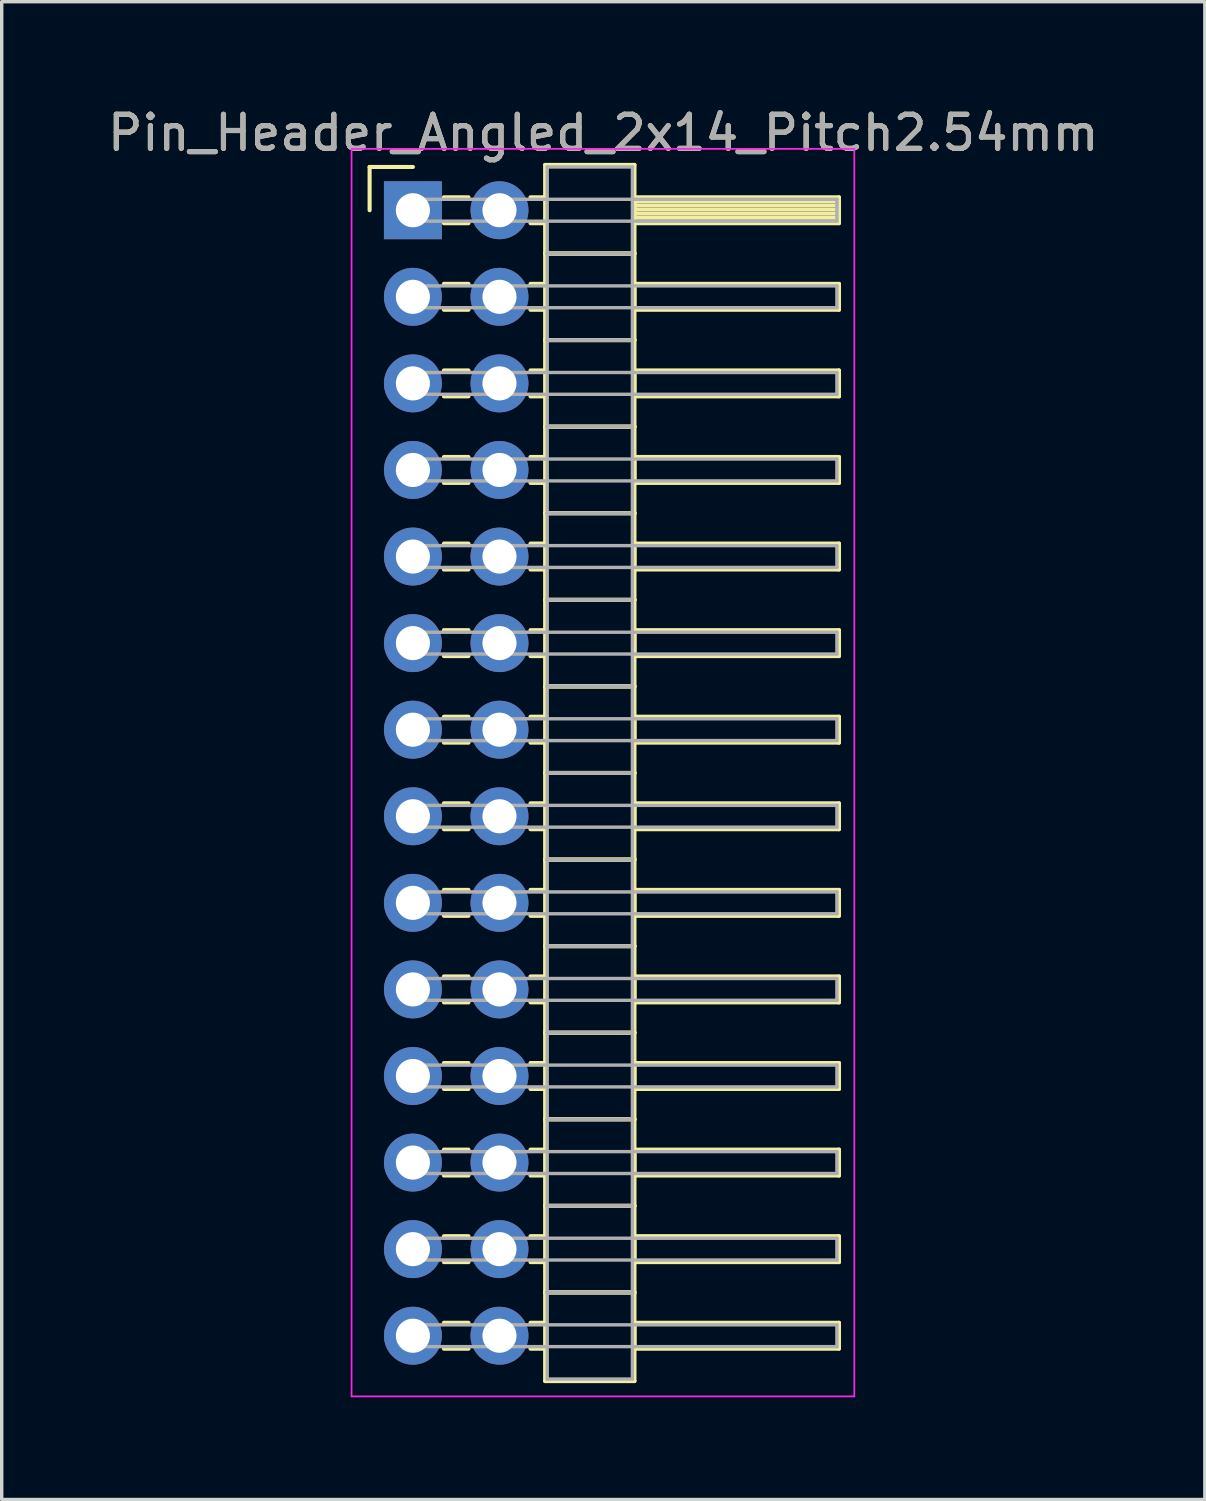
<source format=kicad_pcb>
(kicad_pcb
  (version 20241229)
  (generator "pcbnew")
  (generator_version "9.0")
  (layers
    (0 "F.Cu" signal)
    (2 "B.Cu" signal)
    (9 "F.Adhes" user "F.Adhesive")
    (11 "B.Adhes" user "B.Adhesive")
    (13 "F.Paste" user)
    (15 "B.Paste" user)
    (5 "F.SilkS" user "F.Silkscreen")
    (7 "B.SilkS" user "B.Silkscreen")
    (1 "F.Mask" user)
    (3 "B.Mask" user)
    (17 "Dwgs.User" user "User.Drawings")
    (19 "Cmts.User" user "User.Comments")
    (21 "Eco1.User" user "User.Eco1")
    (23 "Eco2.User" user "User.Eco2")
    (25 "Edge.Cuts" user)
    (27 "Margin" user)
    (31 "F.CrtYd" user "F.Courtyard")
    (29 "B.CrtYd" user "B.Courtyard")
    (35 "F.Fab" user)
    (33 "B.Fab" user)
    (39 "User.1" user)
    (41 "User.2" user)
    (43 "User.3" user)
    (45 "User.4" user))
  (footprint "Pin_Header_Angled_2x14_Pitch2.54mm"
    (layer "F.Cu")
    (at 9.064 3.118)
    (property "Reference" "Pin_Header_Angled_2x14_Pitch2.54mm" (at 5.585 -2.27 0) (layer "F.SilkS") (effects (font (size 1 1) (thickness 0.15))))
    (attr through_hole)
    (fp_line (start -1.27 -1.27) (end 0 -1.27) (stroke (width 0.12) (type solid)) (layer "F.SilkS"))
    (fp_line (start -1.27 0) (end -1.27 -1.27) (stroke (width 0.12) (type solid)) (layer "F.SilkS"))
    (fp_line (start 0.91 -0.38) (end 1.63 -0.38) (stroke (width 0.12) (type solid)) (layer "F.SilkS"))
    (fp_line (start 0.91 0.38) (end 1.63 0.38) (stroke (width 0.12) (type solid)) (layer "F.SilkS"))
    (fp_line (start 0.91 2.16) (end 1.63 2.16) (stroke (width 0.12) (type solid)) (layer "F.SilkS"))
    (fp_line (start 0.91 2.92) (end 1.63 2.92) (stroke (width 0.12) (type solid)) (layer "F.SilkS"))
    (fp_line (start 0.91 4.7) (end 1.63 4.7) (stroke (width 0.12) (type solid)) (layer "F.SilkS"))
    (fp_line (start 0.91 5.46) (end 1.63 5.46) (stroke (width 0.12) (type solid)) (layer "F.SilkS"))
    (fp_line (start 0.91 7.24) (end 1.63 7.24) (stroke (width 0.12) (type solid)) (layer "F.SilkS"))
    (fp_line (start 0.91 8) (end 1.63 8) (stroke (width 0.12) (type solid)) (layer "F.SilkS"))
    (fp_line (start 0.91 9.78) (end 1.63 9.78) (stroke (width 0.12) (type solid)) (layer "F.SilkS"))
    (fp_line (start 0.91 10.54) (end 1.63 10.54) (stroke (width 0.12) (type solid)) (layer "F.SilkS"))
    (fp_line (start 0.91 12.32) (end 1.63 12.32) (stroke (width 0.12) (type solid)) (layer "F.SilkS"))
    (fp_line (start 0.91 13.08) (end 1.63 13.08) (stroke (width 0.12) (type solid)) (layer "F.SilkS"))
    (fp_line (start 0.91 14.86) (end 1.63 14.86) (stroke (width 0.12) (type solid)) (layer "F.SilkS"))
    (fp_line (start 0.91 15.62) (end 1.63 15.62) (stroke (width 0.12) (type solid)) (layer "F.SilkS"))
    (fp_line (start 0.91 17.4) (end 1.63 17.4) (stroke (width 0.12) (type solid)) (layer "F.SilkS"))
    (fp_line (start 0.91 18.16) (end 1.63 18.16) (stroke (width 0.12) (type solid)) (layer "F.SilkS"))
    (fp_line (start 0.91 19.94) (end 1.63 19.94) (stroke (width 0.12) (type solid)) (layer "F.SilkS"))
    (fp_line (start 0.91 20.7) (end 1.63 20.7) (stroke (width 0.12) (type solid)) (layer "F.SilkS"))
    (fp_line (start 0.91 22.48) (end 1.63 22.48) (stroke (width 0.12) (type solid)) (layer "F.SilkS"))
    (fp_line (start 0.91 23.24) (end 1.63 23.24) (stroke (width 0.12) (type solid)) (layer "F.SilkS"))
    (fp_line (start 0.91 25.02) (end 1.63 25.02) (stroke (width 0.12) (type solid)) (layer "F.SilkS"))
    (fp_line (start 0.91 25.78) (end 1.63 25.78) (stroke (width 0.12) (type solid)) (layer "F.SilkS"))
    (fp_line (start 0.91 27.56) (end 1.63 27.56) (stroke (width 0.12) (type solid)) (layer "F.SilkS"))
    (fp_line (start 0.91 28.32) (end 1.63 28.32) (stroke (width 0.12) (type solid)) (layer "F.SilkS"))
    (fp_line (start 0.91 30.1) (end 1.63 30.1) (stroke (width 0.12) (type solid)) (layer "F.SilkS"))
    (fp_line (start 0.91 30.86) (end 1.63 30.86) (stroke (width 0.12) (type solid)) (layer "F.SilkS"))
    (fp_line (start 0.91 32.64) (end 1.63 32.64) (stroke (width 0.12) (type solid)) (layer "F.SilkS"))
    (fp_line (start 0.91 33.4) (end 1.63 33.4) (stroke (width 0.12) (type solid)) (layer "F.SilkS"))
    (fp_line (start 3.45 -0.38) (end 3.88 -0.38) (stroke (width 0.12) (type solid)) (layer "F.SilkS"))
    (fp_line (start 3.45 0.38) (end 3.88 0.38) (stroke (width 0.12) (type solid)) (layer "F.SilkS"))
    (fp_line (start 3.45 2.16) (end 3.88 2.16) (stroke (width 0.12) (type solid)) (layer "F.SilkS"))
    (fp_line (start 3.45 2.92) (end 3.88 2.92) (stroke (width 0.12) (type solid)) (layer "F.SilkS"))
    (fp_line (start 3.45 4.7) (end 3.88 4.7) (stroke (width 0.12) (type solid)) (layer "F.SilkS"))
    (fp_line (start 3.45 5.46) (end 3.88 5.46) (stroke (width 0.12) (type solid)) (layer "F.SilkS"))
    (fp_line (start 3.45 7.24) (end 3.88 7.24) (stroke (width 0.12) (type solid)) (layer "F.SilkS"))
    (fp_line (start 3.45 8) (end 3.88 8) (stroke (width 0.12) (type solid)) (layer "F.SilkS"))
    (fp_line (start 3.45 9.78) (end 3.88 9.78) (stroke (width 0.12) (type solid)) (layer "F.SilkS"))
    (fp_line (start 3.45 10.54) (end 3.88 10.54) (stroke (width 0.12) (type solid)) (layer "F.SilkS"))
    (fp_line (start 3.45 12.32) (end 3.88 12.32) (stroke (width 0.12) (type solid)) (layer "F.SilkS"))
    (fp_line (start 3.45 13.08) (end 3.88 13.08) (stroke (width 0.12) (type solid)) (layer "F.SilkS"))
    (fp_line (start 3.45 14.86) (end 3.88 14.86) (stroke (width 0.12) (type solid)) (layer "F.SilkS"))
    (fp_line (start 3.45 15.62) (end 3.88 15.62) (stroke (width 0.12) (type solid)) (layer "F.SilkS"))
    (fp_line (start 3.45 17.4) (end 3.88 17.4) (stroke (width 0.12) (type solid)) (layer "F.SilkS"))
    (fp_line (start 3.45 18.16) (end 3.88 18.16) (stroke (width 0.12) (type solid)) (layer "F.SilkS"))
    (fp_line (start 3.45 19.94) (end 3.88 19.94) (stroke (width 0.12) (type solid)) (layer "F.SilkS"))
    (fp_line (start 3.45 20.7) (end 3.88 20.7) (stroke (width 0.12) (type solid)) (layer "F.SilkS"))
    (fp_line (start 3.45 22.48) (end 3.88 22.48) (stroke (width 0.12) (type solid)) (layer "F.SilkS"))
    (fp_line (start 3.45 23.24) (end 3.88 23.24) (stroke (width 0.12) (type solid)) (layer "F.SilkS"))
    (fp_line (start 3.45 25.02) (end 3.88 25.02) (stroke (width 0.12) (type solid)) (layer "F.SilkS"))
    (fp_line (start 3.45 25.78) (end 3.88 25.78) (stroke (width 0.12) (type solid)) (layer "F.SilkS"))
    (fp_line (start 3.45 27.56) (end 3.88 27.56) (stroke (width 0.12) (type solid)) (layer "F.SilkS"))
    (fp_line (start 3.45 28.32) (end 3.88 28.32) (stroke (width 0.12) (type solid)) (layer "F.SilkS"))
    (fp_line (start 3.45 30.1) (end 3.88 30.1) (stroke (width 0.12) (type solid)) (layer "F.SilkS"))
    (fp_line (start 3.45 30.86) (end 3.88 30.86) (stroke (width 0.12) (type solid)) (layer "F.SilkS"))
    (fp_line (start 3.45 32.64) (end 3.88 32.64) (stroke (width 0.12) (type solid)) (layer "F.SilkS"))
    (fp_line (start 3.45 33.4) (end 3.88 33.4) (stroke (width 0.12) (type solid)) (layer "F.SilkS"))
    (fp_line (start 3.88 -1.33) (end 3.88 1.27) (stroke (width 0.12) (type solid)) (layer "F.SilkS"))
    (fp_line (start 3.88 1.27) (end 3.88 3.81) (stroke (width 0.12) (type solid)) (layer "F.SilkS"))
    (fp_line (start 3.88 1.27) (end 6.5 1.27) (stroke (width 0.12) (type solid)) (layer "F.SilkS"))
    (fp_line (start 3.88 3.81) (end 3.88 6.35) (stroke (width 0.12) (type solid)) (layer "F.SilkS"))
    (fp_line (start 3.88 3.81) (end 6.5 3.81) (stroke (width 0.12) (type solid)) (layer "F.SilkS"))
    (fp_line (start 3.88 6.35) (end 3.88 8.89) (stroke (width 0.12) (type solid)) (layer "F.SilkS"))
    (fp_line (start 3.88 6.35) (end 6.5 6.35) (stroke (width 0.12) (type solid)) (layer "F.SilkS"))
    (fp_line (start 3.88 8.89) (end 3.88 11.43) (stroke (width 0.12) (type solid)) (layer "F.SilkS"))
    (fp_line (start 3.88 8.89) (end 6.5 8.89) (stroke (width 0.12) (type solid)) (layer "F.SilkS"))
    (fp_line (start 3.88 11.43) (end 3.88 13.97) (stroke (width 0.12) (type solid)) (layer "F.SilkS"))
    (fp_line (start 3.88 11.43) (end 6.5 11.43) (stroke (width 0.12) (type solid)) (layer "F.SilkS"))
    (fp_line (start 3.88 13.97) (end 3.88 16.51) (stroke (width 0.12) (type solid)) (layer "F.SilkS"))
    (fp_line (start 3.88 13.97) (end 6.5 13.97) (stroke (width 0.12) (type solid)) (layer "F.SilkS"))
    (fp_line (start 3.88 16.51) (end 3.88 19.05) (stroke (width 0.12) (type solid)) (layer "F.SilkS"))
    (fp_line (start 3.88 16.51) (end 6.5 16.51) (stroke (width 0.12) (type solid)) (layer "F.SilkS"))
    (fp_line (start 3.88 19.05) (end 3.88 21.59) (stroke (width 0.12) (type solid)) (layer "F.SilkS"))
    (fp_line (start 3.88 19.05) (end 6.5 19.05) (stroke (width 0.12) (type solid)) (layer "F.SilkS"))
    (fp_line (start 3.88 21.59) (end 3.88 24.13) (stroke (width 0.12) (type solid)) (layer "F.SilkS"))
    (fp_line (start 3.88 21.59) (end 6.5 21.59) (stroke (width 0.12) (type solid)) (layer "F.SilkS"))
    (fp_line (start 3.88 24.13) (end 3.88 26.67) (stroke (width 0.12) (type solid)) (layer "F.SilkS"))
    (fp_line (start 3.88 24.13) (end 6.5 24.13) (stroke (width 0.12) (type solid)) (layer "F.SilkS"))
    (fp_line (start 3.88 26.67) (end 3.88 29.21) (stroke (width 0.12) (type solid)) (layer "F.SilkS"))
    (fp_line (start 3.88 26.67) (end 6.5 26.67) (stroke (width 0.12) (type solid)) (layer "F.SilkS"))
    (fp_line (start 3.88 29.21) (end 3.88 31.75) (stroke (width 0.12) (type solid)) (layer "F.SilkS"))
    (fp_line (start 3.88 29.21) (end 6.5 29.21) (stroke (width 0.12) (type solid)) (layer "F.SilkS"))
    (fp_line (start 3.88 31.75) (end 3.88 34.35) (stroke (width 0.12) (type solid)) (layer "F.SilkS"))
    (fp_line (start 3.88 31.75) (end 6.5 31.75) (stroke (width 0.12) (type solid)) (layer "F.SilkS"))
    (fp_line (start 3.88 34.35) (end 6.5 34.35) (stroke (width 0.12) (type solid)) (layer "F.SilkS"))
    (fp_line (start 6.5 -1.33) (end 3.88 -1.33) (stroke (width 0.12) (type solid)) (layer "F.SilkS"))
    (fp_line (start 6.5 -0.38) (end 6.5 0.38) (stroke (width 0.12) (type solid)) (layer "F.SilkS"))
    (fp_line (start 6.5 -0.26) (end 12.5 -0.26) (stroke (width 0.12) (type solid)) (layer "F.SilkS"))
    (fp_line (start 6.5 -0.14) (end 12.5 -0.14) (stroke (width 0.12) (type solid)) (layer "F.SilkS"))
    (fp_line (start 6.5 -0.02) (end 12.5 -0.02) (stroke (width 0.12) (type solid)) (layer "F.SilkS"))
    (fp_line (start 6.5 0.1) (end 12.5 0.1) (stroke (width 0.12) (type solid)) (layer "F.SilkS"))
    (fp_line (start 6.5 0.22) (end 12.5 0.22) (stroke (width 0.12) (type solid)) (layer "F.SilkS"))
    (fp_line (start 6.5 0.34) (end 12.5 0.34) (stroke (width 0.12) (type solid)) (layer "F.SilkS"))
    (fp_line (start 6.5 0.38) (end 12.5 0.38) (stroke (width 0.12) (type solid)) (layer "F.SilkS"))
    (fp_line (start 6.5 1.27) (end 3.88 1.27) (stroke (width 0.12) (type solid)) (layer "F.SilkS"))
    (fp_line (start 6.5 1.27) (end 6.5 -1.33) (stroke (width 0.12) (type solid)) (layer "F.SilkS"))
    (fp_line (start 6.5 2.16) (end 6.5 2.92) (stroke (width 0.12) (type solid)) (layer "F.SilkS"))
    (fp_line (start 6.5 2.92) (end 12.5 2.92) (stroke (width 0.12) (type solid)) (layer "F.SilkS"))
    (fp_line (start 6.5 3.81) (end 3.88 3.81) (stroke (width 0.12) (type solid)) (layer "F.SilkS"))
    (fp_line (start 6.5 3.81) (end 6.5 1.27) (stroke (width 0.12) (type solid)) (layer "F.SilkS"))
    (fp_line (start 6.5 4.7) (end 6.5 5.46) (stroke (width 0.12) (type solid)) (layer "F.SilkS"))
    (fp_line (start 6.5 5.46) (end 12.5 5.46) (stroke (width 0.12) (type solid)) (layer "F.SilkS"))
    (fp_line (start 6.5 6.35) (end 3.88 6.35) (stroke (width 0.12) (type solid)) (layer "F.SilkS"))
    (fp_line (start 6.5 6.35) (end 6.5 3.81) (stroke (width 0.12) (type solid)) (layer "F.SilkS"))
    (fp_line (start 6.5 7.24) (end 6.5 8) (stroke (width 0.12) (type solid)) (layer "F.SilkS"))
    (fp_line (start 6.5 8) (end 12.5 8) (stroke (width 0.12) (type solid)) (layer "F.SilkS"))
    (fp_line (start 6.5 8.89) (end 3.88 8.89) (stroke (width 0.12) (type solid)) (layer "F.SilkS"))
    (fp_line (start 6.5 8.89) (end 6.5 6.35) (stroke (width 0.12) (type solid)) (layer "F.SilkS"))
    (fp_line (start 6.5 9.78) (end 6.5 10.54) (stroke (width 0.12) (type solid)) (layer "F.SilkS"))
    (fp_line (start 6.5 10.54) (end 12.5 10.54) (stroke (width 0.12) (type solid)) (layer "F.SilkS"))
    (fp_line (start 6.5 11.43) (end 3.88 11.43) (stroke (width 0.12) (type solid)) (layer "F.SilkS"))
    (fp_line (start 6.5 11.43) (end 6.5 8.89) (stroke (width 0.12) (type solid)) (layer "F.SilkS"))
    (fp_line (start 6.5 12.32) (end 6.5 13.08) (stroke (width 0.12) (type solid)) (layer "F.SilkS"))
    (fp_line (start 6.5 13.08) (end 12.5 13.08) (stroke (width 0.12) (type solid)) (layer "F.SilkS"))
    (fp_line (start 6.5 13.97) (end 3.88 13.97) (stroke (width 0.12) (type solid)) (layer "F.SilkS"))
    (fp_line (start 6.5 13.97) (end 6.5 11.43) (stroke (width 0.12) (type solid)) (layer "F.SilkS"))
    (fp_line (start 6.5 14.86) (end 6.5 15.62) (stroke (width 0.12) (type solid)) (layer "F.SilkS"))
    (fp_line (start 6.5 15.62) (end 12.5 15.62) (stroke (width 0.12) (type solid)) (layer "F.SilkS"))
    (fp_line (start 6.5 16.51) (end 3.88 16.51) (stroke (width 0.12) (type solid)) (layer "F.SilkS"))
    (fp_line (start 6.5 16.51) (end 6.5 13.97) (stroke (width 0.12) (type solid)) (layer "F.SilkS"))
    (fp_line (start 6.5 17.4) (end 6.5 18.16) (stroke (width 0.12) (type solid)) (layer "F.SilkS"))
    (fp_line (start 6.5 18.16) (end 12.5 18.16) (stroke (width 0.12) (type solid)) (layer "F.SilkS"))
    (fp_line (start 6.5 19.05) (end 3.88 19.05) (stroke (width 0.12) (type solid)) (layer "F.SilkS"))
    (fp_line (start 6.5 19.05) (end 6.5 16.51) (stroke (width 0.12) (type solid)) (layer "F.SilkS"))
    (fp_line (start 6.5 19.94) (end 6.5 20.7) (stroke (width 0.12) (type solid)) (layer "F.SilkS"))
    (fp_line (start 6.5 20.7) (end 12.5 20.7) (stroke (width 0.12) (type solid)) (layer "F.SilkS"))
    (fp_line (start 6.5 21.59) (end 3.88 21.59) (stroke (width 0.12) (type solid)) (layer "F.SilkS"))
    (fp_line (start 6.5 21.59) (end 6.5 19.05) (stroke (width 0.12) (type solid)) (layer "F.SilkS"))
    (fp_line (start 6.5 22.48) (end 6.5 23.24) (stroke (width 0.12) (type solid)) (layer "F.SilkS"))
    (fp_line (start 6.5 23.24) (end 12.5 23.24) (stroke (width 0.12) (type solid)) (layer "F.SilkS"))
    (fp_line (start 6.5 24.13) (end 3.88 24.13) (stroke (width 0.12) (type solid)) (layer "F.SilkS"))
    (fp_line (start 6.5 24.13) (end 6.5 21.59) (stroke (width 0.12) (type solid)) (layer "F.SilkS"))
    (fp_line (start 6.5 25.02) (end 6.5 25.78) (stroke (width 0.12) (type solid)) (layer "F.SilkS"))
    (fp_line (start 6.5 25.78) (end 12.5 25.78) (stroke (width 0.12) (type solid)) (layer "F.SilkS"))
    (fp_line (start 6.5 26.67) (end 3.88 26.67) (stroke (width 0.12) (type solid)) (layer "F.SilkS"))
    (fp_line (start 6.5 26.67) (end 6.5 24.13) (stroke (width 0.12) (type solid)) (layer "F.SilkS"))
    (fp_line (start 6.5 27.56) (end 6.5 28.32) (stroke (width 0.12) (type solid)) (layer "F.SilkS"))
    (fp_line (start 6.5 28.32) (end 12.5 28.32) (stroke (width 0.12) (type solid)) (layer "F.SilkS"))
    (fp_line (start 6.5 29.21) (end 3.88 29.21) (stroke (width 0.12) (type solid)) (layer "F.SilkS"))
    (fp_line (start 6.5 29.21) (end 6.5 26.67) (stroke (width 0.12) (type solid)) (layer "F.SilkS"))
    (fp_line (start 6.5 30.1) (end 6.5 30.86) (stroke (width 0.12) (type solid)) (layer "F.SilkS"))
    (fp_line (start 6.5 30.86) (end 12.5 30.86) (stroke (width 0.12) (type solid)) (layer "F.SilkS"))
    (fp_line (start 6.5 31.75) (end 3.88 31.75) (stroke (width 0.12) (type solid)) (layer "F.SilkS"))
    (fp_line (start 6.5 31.75) (end 6.5 29.21) (stroke (width 0.12) (type solid)) (layer "F.SilkS"))
    (fp_line (start 6.5 32.64) (end 6.5 33.4) (stroke (width 0.12) (type solid)) (layer "F.SilkS"))
    (fp_line (start 6.5 33.4) (end 12.5 33.4) (stroke (width 0.12) (type solid)) (layer "F.SilkS"))
    (fp_line (start 6.5 34.35) (end 6.5 31.75) (stroke (width 0.12) (type solid)) (layer "F.SilkS"))
    (fp_line (start 12.5 -0.38) (end 6.5 -0.38) (stroke (width 0.12) (type solid)) (layer "F.SilkS"))
    (fp_line (start 12.5 0.38) (end 12.5 -0.38) (stroke (width 0.12) (type solid)) (layer "F.SilkS"))
    (fp_line (start 12.5 2.16) (end 6.5 2.16) (stroke (width 0.12) (type solid)) (layer "F.SilkS"))
    (fp_line (start 12.5 2.92) (end 12.5 2.16) (stroke (width 0.12) (type solid)) (layer "F.SilkS"))
    (fp_line (start 12.5 4.7) (end 6.5 4.7) (stroke (width 0.12) (type solid)) (layer "F.SilkS"))
    (fp_line (start 12.5 5.46) (end 12.5 4.7) (stroke (width 0.12) (type solid)) (layer "F.SilkS"))
    (fp_line (start 12.5 7.24) (end 6.5 7.24) (stroke (width 0.12) (type solid)) (layer "F.SilkS"))
    (fp_line (start 12.5 8) (end 12.5 7.24) (stroke (width 0.12) (type solid)) (layer "F.SilkS"))
    (fp_line (start 12.5 9.78) (end 6.5 9.78) (stroke (width 0.12) (type solid)) (layer "F.SilkS"))
    (fp_line (start 12.5 10.54) (end 12.5 9.78) (stroke (width 0.12) (type solid)) (layer "F.SilkS"))
    (fp_line (start 12.5 12.32) (end 6.5 12.32) (stroke (width 0.12) (type solid)) (layer "F.SilkS"))
    (fp_line (start 12.5 13.08) (end 12.5 12.32) (stroke (width 0.12) (type solid)) (layer "F.SilkS"))
    (fp_line (start 12.5 14.86) (end 6.5 14.86) (stroke (width 0.12) (type solid)) (layer "F.SilkS"))
    (fp_line (start 12.5 15.62) (end 12.5 14.86) (stroke (width 0.12) (type solid)) (layer "F.SilkS"))
    (fp_line (start 12.5 17.4) (end 6.5 17.4) (stroke (width 0.12) (type solid)) (layer "F.SilkS"))
    (fp_line (start 12.5 18.16) (end 12.5 17.4) (stroke (width 0.12) (type solid)) (layer "F.SilkS"))
    (fp_line (start 12.5 19.94) (end 6.5 19.94) (stroke (width 0.12) (type solid)) (layer "F.SilkS"))
    (fp_line (start 12.5 20.7) (end 12.5 19.94) (stroke (width 0.12) (type solid)) (layer "F.SilkS"))
    (fp_line (start 12.5 22.48) (end 6.5 22.48) (stroke (width 0.12) (type solid)) (layer "F.SilkS"))
    (fp_line (start 12.5 23.24) (end 12.5 22.48) (stroke (width 0.12) (type solid)) (layer "F.SilkS"))
    (fp_line (start 12.5 25.02) (end 6.5 25.02) (stroke (width 0.12) (type solid)) (layer "F.SilkS"))
    (fp_line (start 12.5 25.78) (end 12.5 25.02) (stroke (width 0.12) (type solid)) (layer "F.SilkS"))
    (fp_line (start 12.5 27.56) (end 6.5 27.56) (stroke (width 0.12) (type solid)) (layer "F.SilkS"))
    (fp_line (start 12.5 28.32) (end 12.5 27.56) (stroke (width 0.12) (type solid)) (layer "F.SilkS"))
    (fp_line (start 12.5 30.1) (end 6.5 30.1) (stroke (width 0.12) (type solid)) (layer "F.SilkS"))
    (fp_line (start 12.5 30.86) (end 12.5 30.1) (stroke (width 0.12) (type solid)) (layer "F.SilkS"))
    (fp_line (start 12.5 32.64) (end 6.5 32.64) (stroke (width 0.12) (type solid)) (layer "F.SilkS"))
    (fp_line (start 12.5 33.4) (end 12.5 32.64) (stroke (width 0.12) (type solid)) (layer "F.SilkS"))
    (fp_line (start -1.8 -1.8) (end -1.8 34.8) (stroke (width 0.05) (type solid)) (layer "F.CrtYd"))
    (fp_line (start -1.8 34.8) (end 12.95 34.8) (stroke (width 0.05) (type solid)) (layer "F.CrtYd"))
    (fp_line (start 12.95 -1.8) (end -1.8 -1.8) (stroke (width 0.05) (type solid)) (layer "F.CrtYd"))
    (fp_line (start 12.95 34.8) (end 12.95 -1.8) (stroke (width 0.05) (type solid)) (layer "F.CrtYd"))
    (fp_line (start 0 -0.32) (end 0 0.32) (stroke (width 0.1) (type solid)) (layer "F.Fab"))
    (fp_line (start 0 0.32) (end 12.44 0.32) (stroke (width 0.1) (type solid)) (layer "F.Fab"))
    (fp_line (start 0 2.22) (end 0 2.86) (stroke (width 0.1) (type solid)) (layer "F.Fab"))
    (fp_line (start 0 2.86) (end 12.44 2.86) (stroke (width 0.1) (type solid)) (layer "F.Fab"))
    (fp_line (start 0 4.76) (end 0 5.4) (stroke (width 0.1) (type solid)) (layer "F.Fab"))
    (fp_line (start 0 5.4) (end 12.44 5.4) (stroke (width 0.1) (type solid)) (layer "F.Fab"))
    (fp_line (start 0 7.3) (end 0 7.94) (stroke (width 0.1) (type solid)) (layer "F.Fab"))
    (fp_line (start 0 7.94) (end 12.44 7.94) (stroke (width 0.1) (type solid)) (layer "F.Fab"))
    (fp_line (start 0 9.84) (end 0 10.48) (stroke (width 0.1) (type solid)) (layer "F.Fab"))
    (fp_line (start 0 10.48) (end 12.44 10.48) (stroke (width 0.1) (type solid)) (layer "F.Fab"))
    (fp_line (start 0 12.38) (end 0 13.02) (stroke (width 0.1) (type solid)) (layer "F.Fab"))
    (fp_line (start 0 13.02) (end 12.44 13.02) (stroke (width 0.1) (type solid)) (layer "F.Fab"))
    (fp_line (start 0 14.92) (end 0 15.56) (stroke (width 0.1) (type solid)) (layer "F.Fab"))
    (fp_line (start 0 15.56) (end 12.44 15.56) (stroke (width 0.1) (type solid)) (layer "F.Fab"))
    (fp_line (start 0 17.46) (end 0 18.1) (stroke (width 0.1) (type solid)) (layer "F.Fab"))
    (fp_line (start 0 18.1) (end 12.44 18.1) (stroke (width 0.1) (type solid)) (layer "F.Fab"))
    (fp_line (start 0 20) (end 0 20.64) (stroke (width 0.1) (type solid)) (layer "F.Fab"))
    (fp_line (start 0 20.64) (end 12.44 20.64) (stroke (width 0.1) (type solid)) (layer "F.Fab"))
    (fp_line (start 0 22.54) (end 0 23.18) (stroke (width 0.1) (type solid)) (layer "F.Fab"))
    (fp_line (start 0 23.18) (end 12.44 23.18) (stroke (width 0.1) (type solid)) (layer "F.Fab"))
    (fp_line (start 0 25.08) (end 0 25.72) (stroke (width 0.1) (type solid)) (layer "F.Fab"))
    (fp_line (start 0 25.72) (end 12.44 25.72) (stroke (width 0.1) (type solid)) (layer "F.Fab"))
    (fp_line (start 0 27.62) (end 0 28.26) (stroke (width 0.1) (type solid)) (layer "F.Fab"))
    (fp_line (start 0 28.26) (end 12.44 28.26) (stroke (width 0.1) (type solid)) (layer "F.Fab"))
    (fp_line (start 0 30.16) (end 0 30.8) (stroke (width 0.1) (type solid)) (layer "F.Fab"))
    (fp_line (start 0 30.8) (end 12.44 30.8) (stroke (width 0.1) (type solid)) (layer "F.Fab"))
    (fp_line (start 0 32.7) (end 0 33.34) (stroke (width 0.1) (type solid)) (layer "F.Fab"))
    (fp_line (start 0 33.34) (end 12.44 33.34) (stroke (width 0.1) (type solid)) (layer "F.Fab"))
    (fp_line (start 3.94 -1.27) (end 3.94 1.27) (stroke (width 0.1) (type solid)) (layer "F.Fab"))
    (fp_line (start 3.94 1.27) (end 3.94 3.81) (stroke (width 0.1) (type solid)) (layer "F.Fab"))
    (fp_line (start 3.94 1.27) (end 6.44 1.27) (stroke (width 0.1) (type solid)) (layer "F.Fab"))
    (fp_line (start 3.94 3.81) (end 3.94 6.35) (stroke (width 0.1) (type solid)) (layer "F.Fab"))
    (fp_line (start 3.94 3.81) (end 6.44 3.81) (stroke (width 0.1) (type solid)) (layer "F.Fab"))
    (fp_line (start 3.94 6.35) (end 3.94 8.89) (stroke (width 0.1) (type solid)) (layer "F.Fab"))
    (fp_line (start 3.94 6.35) (end 6.44 6.35) (stroke (width 0.1) (type solid)) (layer "F.Fab"))
    (fp_line (start 3.94 8.89) (end 3.94 11.43) (stroke (width 0.1) (type solid)) (layer "F.Fab"))
    (fp_line (start 3.94 8.89) (end 6.44 8.89) (stroke (width 0.1) (type solid)) (layer "F.Fab"))
    (fp_line (start 3.94 11.43) (end 3.94 13.97) (stroke (width 0.1) (type solid)) (layer "F.Fab"))
    (fp_line (start 3.94 11.43) (end 6.44 11.43) (stroke (width 0.1) (type solid)) (layer "F.Fab"))
    (fp_line (start 3.94 13.97) (end 3.94 16.51) (stroke (width 0.1) (type solid)) (layer "F.Fab"))
    (fp_line (start 3.94 13.97) (end 6.44 13.97) (stroke (width 0.1) (type solid)) (layer "F.Fab"))
    (fp_line (start 3.94 16.51) (end 3.94 19.05) (stroke (width 0.1) (type solid)) (layer "F.Fab"))
    (fp_line (start 3.94 16.51) (end 6.44 16.51) (stroke (width 0.1) (type solid)) (layer "F.Fab"))
    (fp_line (start 3.94 19.05) (end 3.94 21.59) (stroke (width 0.1) (type solid)) (layer "F.Fab"))
    (fp_line (start 3.94 19.05) (end 6.44 19.05) (stroke (width 0.1) (type solid)) (layer "F.Fab"))
    (fp_line (start 3.94 21.59) (end 3.94 24.13) (stroke (width 0.1) (type solid)) (layer "F.Fab"))
    (fp_line (start 3.94 21.59) (end 6.44 21.59) (stroke (width 0.1) (type solid)) (layer "F.Fab"))
    (fp_line (start 3.94 24.13) (end 3.94 26.67) (stroke (width 0.1) (type solid)) (layer "F.Fab"))
    (fp_line (start 3.94 24.13) (end 6.44 24.13) (stroke (width 0.1) (type solid)) (layer "F.Fab"))
    (fp_line (start 3.94 26.67) (end 3.94 29.21) (stroke (width 0.1) (type solid)) (layer "F.Fab"))
    (fp_line (start 3.94 26.67) (end 6.44 26.67) (stroke (width 0.1) (type solid)) (layer "F.Fab"))
    (fp_line (start 3.94 29.21) (end 3.94 31.75) (stroke (width 0.1) (type solid)) (layer "F.Fab"))
    (fp_line (start 3.94 29.21) (end 6.44 29.21) (stroke (width 0.1) (type solid)) (layer "F.Fab"))
    (fp_line (start 3.94 31.75) (end 3.94 34.29) (stroke (width 0.1) (type solid)) (layer "F.Fab"))
    (fp_line (start 3.94 31.75) (end 6.44 31.75) (stroke (width 0.1) (type solid)) (layer "F.Fab"))
    (fp_line (start 3.94 34.29) (end 6.44 34.29) (stroke (width 0.1) (type solid)) (layer "F.Fab"))
    (fp_line (start 6.44 -1.27) (end 3.94 -1.27) (stroke (width 0.1) (type solid)) (layer "F.Fab"))
    (fp_line (start 6.44 1.27) (end 3.94 1.27) (stroke (width 0.1) (type solid)) (layer "F.Fab"))
    (fp_line (start 6.44 1.27) (end 6.44 -1.27) (stroke (width 0.1) (type solid)) (layer "F.Fab"))
    (fp_line (start 6.44 3.81) (end 3.94 3.81) (stroke (width 0.1) (type solid)) (layer "F.Fab"))
    (fp_line (start 6.44 3.81) (end 6.44 1.27) (stroke (width 0.1) (type solid)) (layer "F.Fab"))
    (fp_line (start 6.44 6.35) (end 3.94 6.35) (stroke (width 0.1) (type solid)) (layer "F.Fab"))
    (fp_line (start 6.44 6.35) (end 6.44 3.81) (stroke (width 0.1) (type solid)) (layer "F.Fab"))
    (fp_line (start 6.44 8.89) (end 3.94 8.89) (stroke (width 0.1) (type solid)) (layer "F.Fab"))
    (fp_line (start 6.44 8.89) (end 6.44 6.35) (stroke (width 0.1) (type solid)) (layer "F.Fab"))
    (fp_line (start 6.44 11.43) (end 3.94 11.43) (stroke (width 0.1) (type solid)) (layer "F.Fab"))
    (fp_line (start 6.44 11.43) (end 6.44 8.89) (stroke (width 0.1) (type solid)) (layer "F.Fab"))
    (fp_line (start 6.44 13.97) (end 3.94 13.97) (stroke (width 0.1) (type solid)) (layer "F.Fab"))
    (fp_line (start 6.44 13.97) (end 6.44 11.43) (stroke (width 0.1) (type solid)) (layer "F.Fab"))
    (fp_line (start 6.44 16.51) (end 3.94 16.51) (stroke (width 0.1) (type solid)) (layer "F.Fab"))
    (fp_line (start 6.44 16.51) (end 6.44 13.97) (stroke (width 0.1) (type solid)) (layer "F.Fab"))
    (fp_line (start 6.44 19.05) (end 3.94 19.05) (stroke (width 0.1) (type solid)) (layer "F.Fab"))
    (fp_line (start 6.44 19.05) (end 6.44 16.51) (stroke (width 0.1) (type solid)) (layer "F.Fab"))
    (fp_line (start 6.44 21.59) (end 3.94 21.59) (stroke (width 0.1) (type solid)) (layer "F.Fab"))
    (fp_line (start 6.44 21.59) (end 6.44 19.05) (stroke (width 0.1) (type solid)) (layer "F.Fab"))
    (fp_line (start 6.44 24.13) (end 3.94 24.13) (stroke (width 0.1) (type solid)) (layer "F.Fab"))
    (fp_line (start 6.44 24.13) (end 6.44 21.59) (stroke (width 0.1) (type solid)) (layer "F.Fab"))
    (fp_line (start 6.44 26.67) (end 3.94 26.67) (stroke (width 0.1) (type solid)) (layer "F.Fab"))
    (fp_line (start 6.44 26.67) (end 6.44 24.13) (stroke (width 0.1) (type solid)) (layer "F.Fab"))
    (fp_line (start 6.44 29.21) (end 3.94 29.21) (stroke (width 0.1) (type solid)) (layer "F.Fab"))
    (fp_line (start 6.44 29.21) (end 6.44 26.67) (stroke (width 0.1) (type solid)) (layer "F.Fab"))
    (fp_line (start 6.44 31.75) (end 3.94 31.75) (stroke (width 0.1) (type solid)) (layer "F.Fab"))
    (fp_line (start 6.44 31.75) (end 6.44 29.21) (stroke (width 0.1) (type solid)) (layer "F.Fab"))
    (fp_line (start 6.44 34.29) (end 6.44 31.75) (stroke (width 0.1) (type solid)) (layer "F.Fab"))
    (fp_line (start 12.44 -0.32) (end 0 -0.32) (stroke (width 0.1) (type solid)) (layer "F.Fab"))
    (fp_line (start 12.44 0.32) (end 12.44 -0.32) (stroke (width 0.1) (type solid)) (layer "F.Fab"))
    (fp_line (start 12.44 2.22) (end 0 2.22) (stroke (width 0.1) (type solid)) (layer "F.Fab"))
    (fp_line (start 12.44 2.86) (end 12.44 2.22) (stroke (width 0.1) (type solid)) (layer "F.Fab"))
    (fp_line (start 12.44 4.76) (end 0 4.76) (stroke (width 0.1) (type solid)) (layer "F.Fab"))
    (fp_line (start 12.44 5.4) (end 12.44 4.76) (stroke (width 0.1) (type solid)) (layer "F.Fab"))
    (fp_line (start 12.44 7.3) (end 0 7.3) (stroke (width 0.1) (type solid)) (layer "F.Fab"))
    (fp_line (start 12.44 7.94) (end 12.44 7.3) (stroke (width 0.1) (type solid)) (layer "F.Fab"))
    (fp_line (start 12.44 9.84) (end 0 9.84) (stroke (width 0.1) (type solid)) (layer "F.Fab"))
    (fp_line (start 12.44 10.48) (end 12.44 9.84) (stroke (width 0.1) (type solid)) (layer "F.Fab"))
    (fp_line (start 12.44 12.38) (end 0 12.38) (stroke (width 0.1) (type solid)) (layer "F.Fab"))
    (fp_line (start 12.44 13.02) (end 12.44 12.38) (stroke (width 0.1) (type solid)) (layer "F.Fab"))
    (fp_line (start 12.44 14.92) (end 0 14.92) (stroke (width 0.1) (type solid)) (layer "F.Fab"))
    (fp_line (start 12.44 15.56) (end 12.44 14.92) (stroke (width 0.1) (type solid)) (layer "F.Fab"))
    (fp_line (start 12.44 17.46) (end 0 17.46) (stroke (width 0.1) (type solid)) (layer "F.Fab"))
    (fp_line (start 12.44 18.1) (end 12.44 17.46) (stroke (width 0.1) (type solid)) (layer "F.Fab"))
    (fp_line (start 12.44 20) (end 0 20) (stroke (width 0.1) (type solid)) (layer "F.Fab"))
    (fp_line (start 12.44 20.64) (end 12.44 20) (stroke (width 0.1) (type solid)) (layer "F.Fab"))
    (fp_line (start 12.44 22.54) (end 0 22.54) (stroke (width 0.1) (type solid)) (layer "F.Fab"))
    (fp_line (start 12.44 23.18) (end 12.44 22.54) (stroke (width 0.1) (type solid)) (layer "F.Fab"))
    (fp_line (start 12.44 25.08) (end 0 25.08) (stroke (width 0.1) (type solid)) (layer "F.Fab"))
    (fp_line (start 12.44 25.72) (end 12.44 25.08) (stroke (width 0.1) (type solid)) (layer "F.Fab"))
    (fp_line (start 12.44 27.62) (end 0 27.62) (stroke (width 0.1) (type solid)) (layer "F.Fab"))
    (fp_line (start 12.44 28.26) (end 12.44 27.62) (stroke (width 0.1) (type solid)) (layer "F.Fab"))
    (fp_line (start 12.44 30.16) (end 0 30.16) (stroke (width 0.1) (type solid)) (layer "F.Fab"))
    (fp_line (start 12.44 30.8) (end 12.44 30.16) (stroke (width 0.1) (type solid)) (layer "F.Fab"))
    (fp_line (start 12.44 32.7) (end 0 32.7) (stroke (width 0.1) (type solid)) (layer "F.Fab"))
    (fp_line (start 12.44 33.34) (end 12.44 32.7) (stroke (width 0.1) (type solid)) (layer "F.Fab"))
    (fp_text user "${REFERENCE}" (at 5.585 -2.27 0) (layer "F.Fab") (effects (font (size 1 1) (thickness 0.15))))
    (pad "1" thru_hole rect (at 0 0) (size 1.7 1.7) (drill 1) (layers "*.Cu" "*.Mask"))
    (pad "2" thru_hole oval (at 2.54 0) (size 1.7 1.7) (drill 1) (layers "*.Cu" "*.Mask"))
    (pad "3" thru_hole oval (at 0 2.54) (size 1.7 1.7) (drill 1) (layers "*.Cu" "*.Mask"))
    (pad "4" thru_hole oval (at 2.54 2.54) (size 1.7 1.7) (drill 1) (layers "*.Cu" "*.Mask"))
    (pad "5" thru_hole oval (at 0 5.08) (size 1.7 1.7) (drill 1) (layers "*.Cu" "*.Mask"))
    (pad "6" thru_hole oval (at 2.54 5.08) (size 1.7 1.7) (drill 1) (layers "*.Cu" "*.Mask"))
    (pad "7" thru_hole oval (at 0 7.62) (size 1.7 1.7) (drill 1) (layers "*.Cu" "*.Mask"))
    (pad "8" thru_hole oval (at 2.54 7.62) (size 1.7 1.7) (drill 1) (layers "*.Cu" "*.Mask"))
    (pad "9" thru_hole oval (at 0 10.16) (size 1.7 1.7) (drill 1) (layers "*.Cu" "*.Mask"))
    (pad "10" thru_hole oval (at 2.54 10.16) (size 1.7 1.7) (drill 1) (layers "*.Cu" "*.Mask"))
    (pad "11" thru_hole oval (at 0 12.7) (size 1.7 1.7) (drill 1) (layers "*.Cu" "*.Mask"))
    (pad "12" thru_hole oval (at 2.54 12.7) (size 1.7 1.7) (drill 1) (layers "*.Cu" "*.Mask"))
    (pad "13" thru_hole oval (at 0 15.24) (size 1.7 1.7) (drill 1) (layers "*.Cu" "*.Mask"))
    (pad "14" thru_hole oval (at 2.54 15.24) (size 1.7 1.7) (drill 1) (layers "*.Cu" "*.Mask"))
    (pad "15" thru_hole oval (at 0 17.78) (size 1.7 1.7) (drill 1) (layers "*.Cu" "*.Mask"))
    (pad "16" thru_hole oval (at 2.54 17.78) (size 1.7 1.7) (drill 1) (layers "*.Cu" "*.Mask"))
    (pad "17" thru_hole oval (at 0 20.32) (size 1.7 1.7) (drill 1) (layers "*.Cu" "*.Mask"))
    (pad "18" thru_hole oval (at 2.54 20.32) (size 1.7 1.7) (drill 1) (layers "*.Cu" "*.Mask"))
    (pad "19" thru_hole oval (at 0 22.86) (size 1.7 1.7) (drill 1) (layers "*.Cu" "*.Mask"))
    (pad "20" thru_hole oval (at 2.54 22.86) (size 1.7 1.7) (drill 1) (layers "*.Cu" "*.Mask"))
    (pad "21" thru_hole oval (at 0 25.4) (size 1.7 1.7) (drill 1) (layers "*.Cu" "*.Mask"))
    (pad "22" thru_hole oval (at 2.54 25.4) (size 1.7 1.7) (drill 1) (layers "*.Cu" "*.Mask"))
    (pad "23" thru_hole oval (at 0 27.94) (size 1.7 1.7) (drill 1) (layers "*.Cu" "*.Mask"))
    (pad "24" thru_hole oval (at 2.54 27.94) (size 1.7 1.7) (drill 1) (layers "*.Cu" "*.Mask"))
    (pad "25" thru_hole oval (at 0 30.48) (size 1.7 1.7) (drill 1) (layers "*.Cu" "*.Mask"))
    (pad "26" thru_hole oval (at 2.54 30.48) (size 1.7 1.7) (drill 1) (layers "*.Cu" "*.Mask"))
    (pad "27" thru_hole oval (at 0 33.02) (size 1.7 1.7) (drill 1) (layers "*.Cu" "*.Mask"))
    (pad "28" thru_hole oval (at 2.54 33.02) (size 1.7 1.7) (drill 1) (layers "*.Cu" "*.Mask")))
  (gr_rect
    (start -3 -3)
    (end 32.298 40.943)
    (stroke (width 0.1) (type default))
    (fill no)
    (layer "Edge.Cuts")))
</source>
